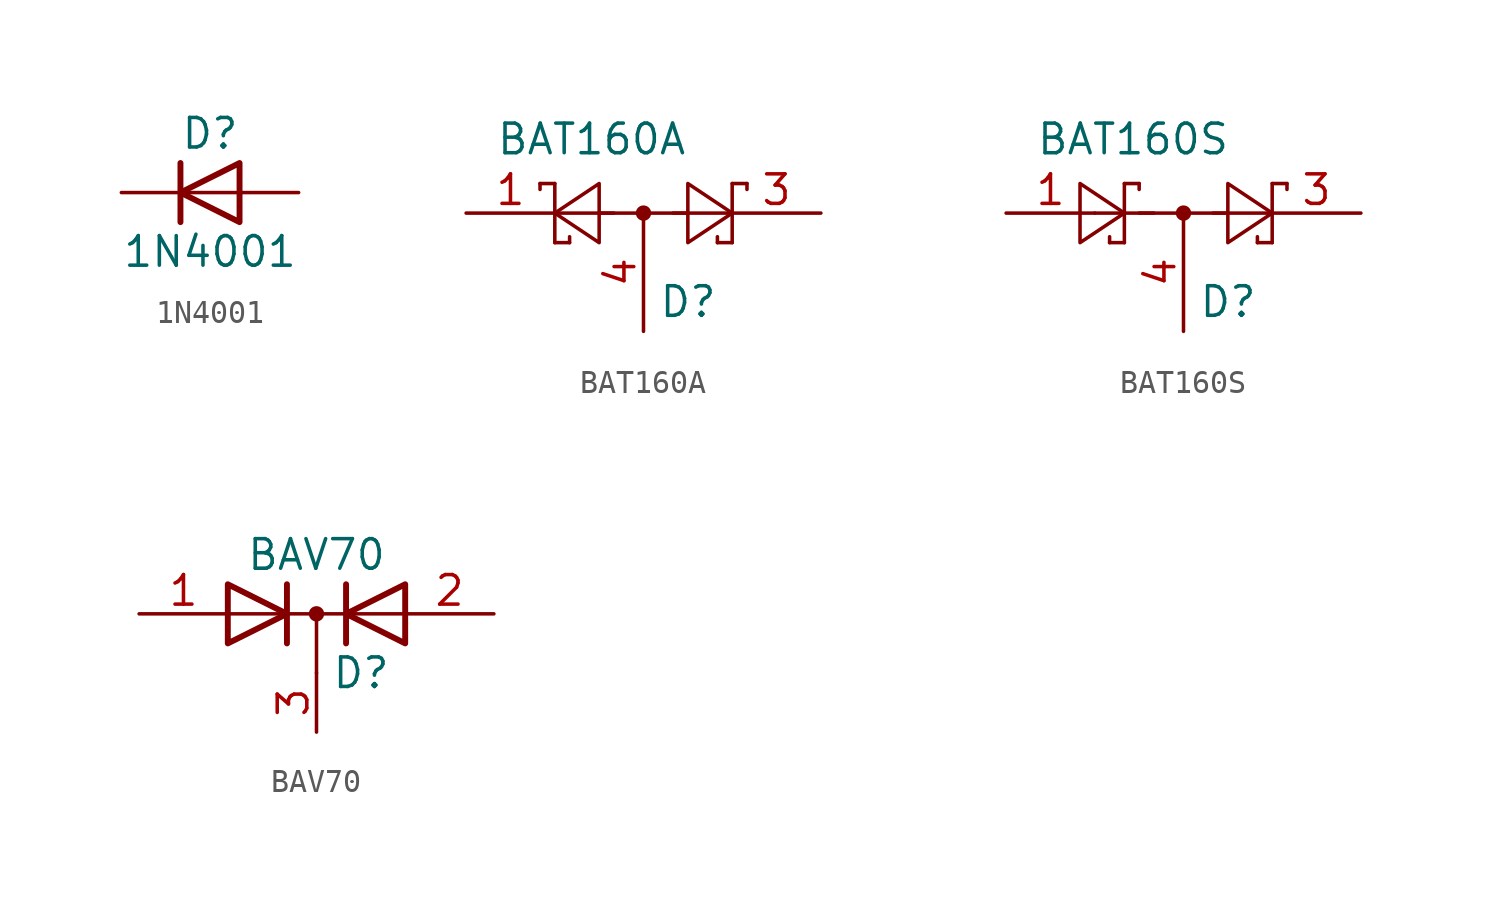
<source format=kicad_sym>
(kicad_symbol_lib
  (version 20211014)
  (generator kicad_symbol_editor)
  (symbol "1N4001"
    (pin_numbers hide)
    (pin_names hide)
    (property "Reference" "D"
      (at 0 2.54 0)
      (effects (font (size 1.27 1.27))))
    (property "Value" "1N4001"
      (at 0 -2.54 0)
      (effects (font (size 1.27 1.27))))
    (symbol "1N4001_0_1"
      (polyline (pts (xy -1.27 1.27) (xy -1.27 -1.27)) (stroke (width 0.254) (type default) (color 0 0 0 0)) (fill (type none)))
      (polyline (pts (xy 1.27 0) (xy -1.27 0)) (stroke (width 0) (type default) (color 0 0 0 0)) (fill (type none)))
      (polyline (pts (xy 1.27 1.27) (xy 1.27 -1.27) (xy -1.27 0) (xy 1.27 1.27)) (stroke (width 0.254) (type default) (color 0 0 0 0)) (fill (type none))))
    (symbol "1N4001_1_1"
      (pin passive line (at -3.81 0 0) (length 2.54) (name "K" (effects (font (size 1.27 1.27)))) (number "1" (effects (font (size 1.27 1.27)))))
      (pin passive line (at 3.81 0 180) (length 2.54) (name "A" (effects (font (size 1.27 1.27)))) (number "2" (effects (font (size 1.27 1.27)))))))
  (symbol "BAT160A"
    (property "Reference" "D"
      (at 0.635 -3.81 0)
      (effects (font (size 1.27 1.27)) (justify left)))
    (property "Value" "BAT160A"
      (at -6.35 3.175 0)
      (effects (font (size 1.27 1.27)) (justify left)))
    (symbol "BAT160A_0_1"
      (polyline (pts (xy -4.445 1.27) (xy -4.445 1.016)) (stroke (width 0) (type default) (color 0 0 0 0)) (fill (type none)))
      (polyline (pts (xy -3.81 -1.27) (xy -3.81 1.27)) (stroke (width 0) (type default) (color 0 0 0 0)) (fill (type none)))
      (polyline (pts (xy -3.81 -1.27) (xy -3.175 -1.27)) (stroke (width 0) (type default) (color 0 0 0 0)) (fill (type none)))
      (polyline (pts (xy -3.81 0) (xy -1.27 0)) (stroke (width 0) (type default) (color 0 0 0 0)) (fill (type none)))
      (polyline (pts (xy -3.81 1.27) (xy -4.445 1.27)) (stroke (width 0) (type default) (color 0 0 0 0)) (fill (type none)))
      (polyline (pts (xy -3.175 -1.27) (xy -3.175 -1.016)) (stroke (width 0) (type default) (color 0 0 0 0)) (fill (type none)))
      (polyline (pts (xy -1.905 0) (xy 1.905 0)) (stroke (width 0) (type default) (color 0 0 0 0)) (fill (type none)))
      (polyline (pts (xy 1.27 0) (xy 3.81 0)) (stroke (width 0) (type default) (color 0 0 0 0)) (fill (type none)))
      (polyline (pts (xy 3.175 -1.27) (xy 3.175 -1.016)) (stroke (width 0) (type default) (color 0 0 0 0)) (fill (type none)))
      (polyline (pts (xy 3.81 -1.27) (xy 3.175 -1.27)) (stroke (width 0) (type default) (color 0 0 0 0)) (fill (type none)))
      (polyline (pts (xy 3.81 -1.27) (xy 3.81 1.27)) (stroke (width 0) (type default) (color 0 0 0 0)) (fill (type none)))
      (polyline (pts (xy 3.81 1.27) (xy 4.445 1.27)) (stroke (width 0) (type default) (color 0 0 0 0)) (fill (type none)))
      (polyline (pts (xy 4.445 1.27) (xy 4.445 1.016)) (stroke (width 0) (type default) (color 0 0 0 0)) (fill (type none)))
      (polyline (pts (xy -1.905 1.27) (xy -1.905 -1.27) (xy -3.81 0) (xy -1.905 1.27)) (stroke (width 0) (type default) (color 0 0 0 0)) (fill (type none)))
      (polyline (pts (xy 1.905 1.27) (xy 1.905 -1.27) (xy 3.81 0) (xy 1.905 1.27)) (stroke (width 0) (type default) (color 0 0 0 0)) (fill (type none)))
      (circle (center 0 0) (radius 0.254) (stroke (width 0) (type default) (color 0 0 0 0)) (fill (type outline))))
    (symbol "BAT160A_1_1"
      (pin passive line (at -7.62 0 0) (length 3.81) (name "~" (effects (font (size 1.27 1.27)))) (number "1" (effects (font (size 1.27 1.27)))))
      (pin no_connect line (at 0 0 270) (length 2.54) hide (name "NC" (effects (font (size 1.27 1.27)))) (number "2" (effects (font (size 1.27 1.27)))))
      (pin passive line (at 7.62 0 180) (length 3.81) (name "~" (effects (font (size 1.27 1.27)))) (number "3" (effects (font (size 1.27 1.27)))))
      (pin passive line (at 0 -5.08 90) (length 5.08) (name "~" (effects (font (size 1.27 1.27)))) (number "4" (effects (font (size 1.27 1.27)))))))
  (symbol "BAT160S"
    (property "Reference" "D"
      (at 0.635 -3.81 0)
      (effects (font (size 1.27 1.27)) (justify left)))
    (property "Value" "BAT160S"
      (at -6.35 3.175 0)
      (effects (font (size 1.27 1.27)) (justify left)))
    (symbol "BAT160S_0_1"
      (polyline (pts (xy -3.81 0) (xy -1.27 0)) (stroke (width 0) (type default) (color 0 0 0 0)) (fill (type none)))
      (polyline (pts (xy -3.175 -1.27) (xy -3.175 -1.016)) (stroke (width 0) (type default) (color 0 0 0 0)) (fill (type none)))
      (polyline (pts (xy -2.54 -1.27) (xy -3.175 -1.27)) (stroke (width 0) (type default) (color 0 0 0 0)) (fill (type none)))
      (polyline (pts (xy -2.54 -1.27) (xy -2.54 1.27)) (stroke (width 0) (type default) (color 0 0 0 0)) (fill (type none)))
      (polyline (pts (xy -2.54 1.27) (xy -1.905 1.27)) (stroke (width 0) (type default) (color 0 0 0 0)) (fill (type none)))
      (polyline (pts (xy -1.905 0) (xy 1.905 0)) (stroke (width 0) (type default) (color 0 0 0 0)) (fill (type none)))
      (polyline (pts (xy -1.905 1.27) (xy -1.905 1.016)) (stroke (width 0) (type default) (color 0 0 0 0)) (fill (type none)))
      (polyline (pts (xy 1.27 0) (xy 3.81 0)) (stroke (width 0) (type default) (color 0 0 0 0)) (fill (type none)))
      (polyline (pts (xy 3.175 -1.27) (xy 3.175 -1.016)) (stroke (width 0) (type default) (color 0 0 0 0)) (fill (type none)))
      (polyline (pts (xy 3.81 -1.27) (xy 3.175 -1.27)) (stroke (width 0) (type default) (color 0 0 0 0)) (fill (type none)))
      (polyline (pts (xy 3.81 -1.27) (xy 3.81 1.27)) (stroke (width 0) (type default) (color 0 0 0 0)) (fill (type none)))
      (polyline (pts (xy 3.81 1.27) (xy 4.445 1.27)) (stroke (width 0) (type default) (color 0 0 0 0)) (fill (type none)))
      (polyline (pts (xy 4.445 1.27) (xy 4.445 1.016)) (stroke (width 0) (type default) (color 0 0 0 0)) (fill (type none)))
      (polyline (pts (xy -4.445 1.27) (xy -4.445 -1.27) (xy -2.54 0) (xy -4.445 1.27)) (stroke (width 0) (type default) (color 0 0 0 0)) (fill (type none)))
      (polyline (pts (xy 1.905 1.27) (xy 1.905 -1.27) (xy 3.81 0) (xy 1.905 1.27)) (stroke (width 0) (type default) (color 0 0 0 0)) (fill (type none)))
      (circle (center 0 0) (radius 0.254) (stroke (width 0) (type default) (color 0 0 0 0)) (fill (type outline))))
    (symbol "BAT160S_1_1"
      (pin passive line (at -7.62 0 0) (length 3.81) (name "~" (effects (font (size 1.27 1.27)))) (number "1" (effects (font (size 1.27 1.27)))))
      (pin no_connect line (at 0 0 270) (length 2.54) hide (name "NC" (effects (font (size 1.27 1.27)))) (number "2" (effects (font (size 1.27 1.27)))))
      (pin passive line (at 7.62 0 180) (length 3.81) (name "~" (effects (font (size 1.27 1.27)))) (number "3" (effects (font (size 1.27 1.27)))))
      (pin passive line (at 0 -5.08 90) (length 5.08) (name "~" (effects (font (size 1.27 1.27)))) (number "4" (effects (font (size 1.27 1.27)))))))
  (symbol "BAV70"
    (pin_names hide)
    (property "Reference" "D"
      (at 0.635 -2.54 0)
      (effects (font (size 1.27 1.27)) (justify left)))
    (property "Value" "BAV70"
      (at 0 2.54 0)
      (effects (font (size 1.27 1.27))))
    (symbol "BAV70_0_1"
      (polyline (pts (xy -3.81 0) (xy 3.81 0)) (stroke (width 0) (type default) (color 0 0 0 0)) (fill (type none)))
      (polyline (pts (xy 0 0) (xy 0 -2.54)) (stroke (width 0) (type default) (color 0 0 0 0)) (fill (type none)))
      (polyline (pts (xy -1.27 -1.27) (xy -1.27 1.27) (xy -1.27 1.27)) (stroke (width 0.254) (type default) (color 0 0 0 0)) (fill (type none)))
      (polyline (pts (xy 1.27 -1.27) (xy 1.27 1.27) (xy 1.27 1.27)) (stroke (width 0.254) (type default) (color 0 0 0 0)) (fill (type none)))
      (polyline (pts (xy -3.81 1.27) (xy -1.27 0) (xy -3.81 -1.27) (xy -3.81 1.27) (xy -3.81 1.27) (xy -3.81 1.27)) (stroke (width 0.254) (type default) (color 0 0 0 0)) (fill (type none)))
      (polyline (pts (xy 3.81 -1.27) (xy 1.27 0) (xy 3.81 1.27) (xy 3.81 -1.27) (xy 3.81 -1.27) (xy 3.81 -1.27)) (stroke (width 0.254) (type default) (color 0 0 0 0)) (fill (type none)))
      (circle (center 0 0) (radius 0.254) (stroke (width 0) (type default) (color 0 0 0 0)) (fill (type outline)))
      (pin passive line (at -7.62 0 0) (length 3.81) (name "A" (effects (font (size 1.27 1.27)))) (number "1" (effects (font (size 1.27 1.27)))))
      (pin passive line (at 7.62 0 180) (length 3.81) (name "A" (effects (font (size 1.27 1.27)))) (number "2" (effects (font (size 1.27 1.27)))))
      (pin passive line (at 0 -5.08 90) (length 2.54) (name "K" (effects (font (size 1.27 1.27)))) (number "3" (effects (font (size 1.27 1.27))))))))
</source>
